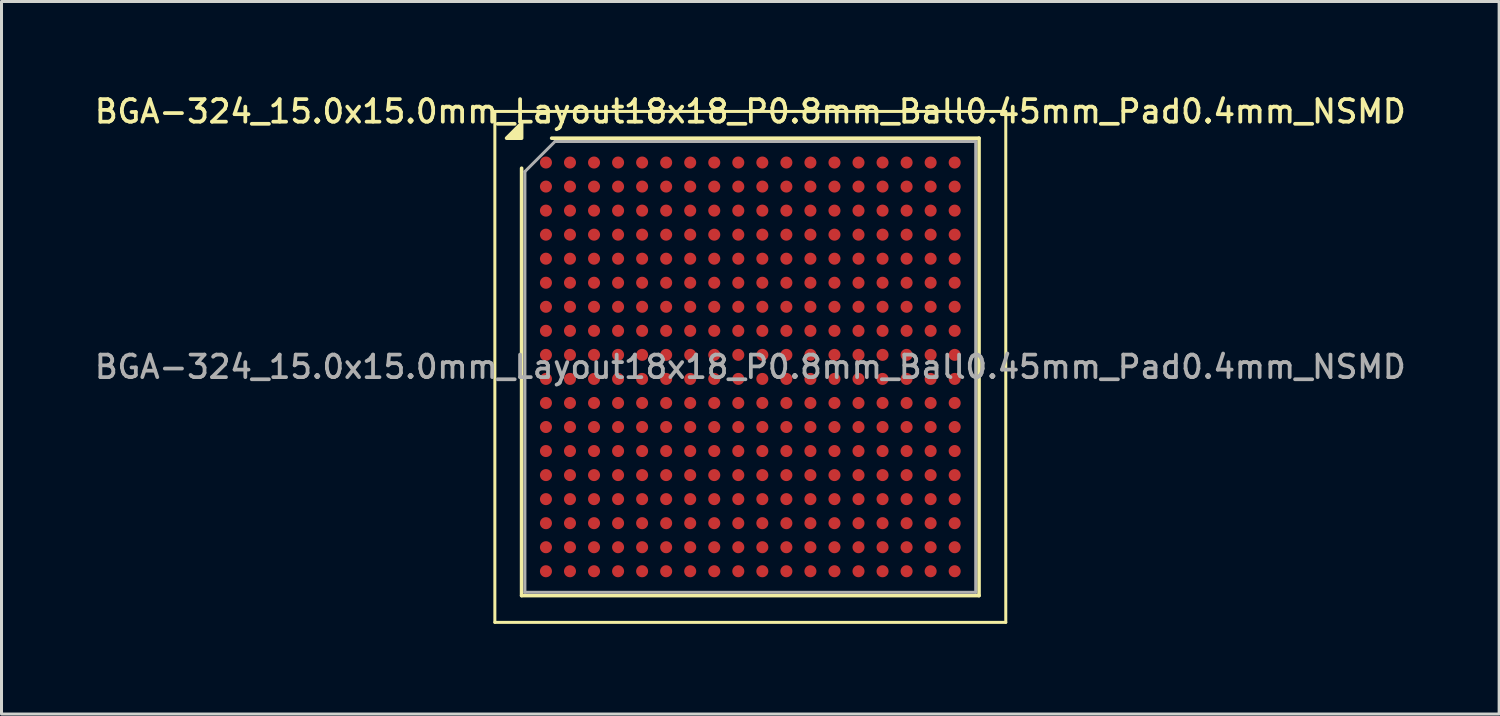
<source format=kicad_pcb>
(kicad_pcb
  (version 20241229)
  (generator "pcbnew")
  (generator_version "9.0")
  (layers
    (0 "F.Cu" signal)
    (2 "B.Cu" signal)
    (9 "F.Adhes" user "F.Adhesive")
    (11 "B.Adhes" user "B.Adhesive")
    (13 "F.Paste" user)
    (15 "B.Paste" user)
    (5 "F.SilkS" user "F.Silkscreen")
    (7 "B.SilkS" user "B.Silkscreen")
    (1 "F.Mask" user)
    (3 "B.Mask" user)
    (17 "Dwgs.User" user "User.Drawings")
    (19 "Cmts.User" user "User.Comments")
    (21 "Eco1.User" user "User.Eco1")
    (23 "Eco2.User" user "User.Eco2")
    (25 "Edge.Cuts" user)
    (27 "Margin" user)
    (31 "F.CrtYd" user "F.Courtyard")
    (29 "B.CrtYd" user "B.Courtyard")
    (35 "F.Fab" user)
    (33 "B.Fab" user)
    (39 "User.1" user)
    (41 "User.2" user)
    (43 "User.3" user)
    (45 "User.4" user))
  (footprint "BGA-324_15.0x15.0mm_Layout18x18_P0.8mm_Ball0.45mm_Pad0.4mm_NSMD"
    (layer "F.Cu")
    (at 21.916 9.158)
    (property "Reference" "BGA-324_15.0x15.0mm_Layout18x18_P0.8mm_Ball0.45mm_Pad0.4mm_NSMD" (at 0 -8.5 0) (layer "F.SilkS") (effects (font (size 0.75 0.75) (thickness 0.125))))
    (attr smd)
    (fp_line (start -8.5 -8.5) (end -8.5 8.5) (stroke (width 0.1) (type solid)) (layer "F.SilkS"))
    (fp_line (start -8.5 8.5) (end 8.5 8.5) (stroke (width 0.1) (type solid)) (layer "F.SilkS"))
    (fp_line (start -7.61 7.61) (end -7.61 -6.61) (stroke (width 0.12) (type solid)) (layer "F.SilkS"))
    (fp_line (start -6.61 -7.61) (end 7.61 -7.61) (stroke (width 0.12) (type solid)) (layer "F.SilkS"))
    (fp_line (start 7.61 -7.61) (end 7.61 7.61) (stroke (width 0.12) (type solid)) (layer "F.SilkS"))
    (fp_line (start 7.61 7.61) (end -7.61 7.61) (stroke (width 0.12) (type solid)) (layer "F.SilkS"))
    (fp_line (start 8.5 -8.5) (end -8.5 -8.5) (stroke (width 0.1) (type solid)) (layer "F.SilkS"))
    (fp_line (start 8.5 8.5) (end 8.5 -8.5) (stroke (width 0.1) (type solid)) (layer "F.SilkS"))
    (fp_poly (pts (xy -7.61 -7.61) (xy -8.11 -7.61) (xy -7.61 -8.11) (xy -7.61 -7.61)) (stroke (width 0.12) (type solid)) (fill yes) (layer "F.SilkS"))
    (fp_line (start -7.5 -6.5) (end -6.5 -7.5) (stroke (width 0.1) (type solid)) (layer "F.Fab"))
    (fp_line (start -7.5 7.5) (end -7.5 -6.5) (stroke (width 0.1) (type solid)) (layer "F.Fab"))
    (fp_line (start -6.5 -7.5) (end 7.5 -7.5) (stroke (width 0.1) (type solid)) (layer "F.Fab"))
    (fp_line (start 7.5 -7.5) (end 7.5 7.5) (stroke (width 0.1) (type solid)) (layer "F.Fab"))
    (fp_line (start 7.5 7.5) (end -7.5 7.5) (stroke (width 0.1) (type solid)) (layer "F.Fab"))
    (fp_text user "${REFERENCE}" (at 0 0 0) (layer "F.Fab") (effects (font (size 0.75 0.75) (thickness 0.125))))
    (pad "A1" smd circle (at -6.8 -6.8) (size 0.4 0.4) (property pad_prop_bga) (layers "F.Cu" "F.Mask" "F.Paste"))
    (pad "A2" smd circle (at -6 -6.8) (size 0.4 0.4) (property pad_prop_bga) (layers "F.Cu" "F.Mask" "F.Paste"))
    (pad "A3" smd circle (at -5.2 -6.8) (size 0.4 0.4) (property pad_prop_bga) (layers "F.Cu" "F.Mask" "F.Paste"))
    (pad "A4" smd circle (at -4.4 -6.8) (size 0.4 0.4) (property pad_prop_bga) (layers "F.Cu" "F.Mask" "F.Paste"))
    (pad "A5" smd circle (at -3.6 -6.8) (size 0.4 0.4) (property pad_prop_bga) (layers "F.Cu" "F.Mask" "F.Paste"))
    (pad "A6" smd circle (at -2.8 -6.8) (size 0.4 0.4) (property pad_prop_bga) (layers "F.Cu" "F.Mask" "F.Paste"))
    (pad "A7" smd circle (at -2 -6.8) (size 0.4 0.4) (property pad_prop_bga) (layers "F.Cu" "F.Mask" "F.Paste"))
    (pad "A8" smd circle (at -1.2 -6.8) (size 0.4 0.4) (property pad_prop_bga) (layers "F.Cu" "F.Mask" "F.Paste"))
    (pad "A9" smd circle (at -0.4 -6.8) (size 0.4 0.4) (property pad_prop_bga) (layers "F.Cu" "F.Mask" "F.Paste"))
    (pad "A10" smd circle (at 0.4 -6.8) (size 0.4 0.4) (property pad_prop_bga) (layers "F.Cu" "F.Mask" "F.Paste"))
    (pad "A11" smd circle (at 1.2 -6.8) (size 0.4 0.4) (property pad_prop_bga) (layers "F.Cu" "F.Mask" "F.Paste"))
    (pad "A12" smd circle (at 2 -6.8) (size 0.4 0.4) (property pad_prop_bga) (layers "F.Cu" "F.Mask" "F.Paste"))
    (pad "A13" smd circle (at 2.8 -6.8) (size 0.4 0.4) (property pad_prop_bga) (layers "F.Cu" "F.Mask" "F.Paste"))
    (pad "A14" smd circle (at 3.6 -6.8) (size 0.4 0.4) (property pad_prop_bga) (layers "F.Cu" "F.Mask" "F.Paste"))
    (pad "A15" smd circle (at 4.4 -6.8) (size 0.4 0.4) (property pad_prop_bga) (layers "F.Cu" "F.Mask" "F.Paste"))
    (pad "A16" smd circle (at 5.2 -6.8) (size 0.4 0.4) (property pad_prop_bga) (layers "F.Cu" "F.Mask" "F.Paste"))
    (pad "A17" smd circle (at 6 -6.8) (size 0.4 0.4) (property pad_prop_bga) (layers "F.Cu" "F.Mask" "F.Paste"))
    (pad "A18" smd circle (at 6.8 -6.8) (size 0.4 0.4) (property pad_prop_bga) (layers "F.Cu" "F.Mask" "F.Paste"))
    (pad "B1" smd circle (at -6.8 -6) (size 0.4 0.4) (property pad_prop_bga) (layers "F.Cu" "F.Mask" "F.Paste"))
    (pad "B2" smd circle (at -6 -6) (size 0.4 0.4) (property pad_prop_bga) (layers "F.Cu" "F.Mask" "F.Paste"))
    (pad "B3" smd circle (at -5.2 -6) (size 0.4 0.4) (property pad_prop_bga) (layers "F.Cu" "F.Mask" "F.Paste"))
    (pad "B4" smd circle (at -4.4 -6) (size 0.4 0.4) (property pad_prop_bga) (layers "F.Cu" "F.Mask" "F.Paste"))
    (pad "B5" smd circle (at -3.6 -6) (size 0.4 0.4) (property pad_prop_bga) (layers "F.Cu" "F.Mask" "F.Paste"))
    (pad "B6" smd circle (at -2.8 -6) (size 0.4 0.4) (property pad_prop_bga) (layers "F.Cu" "F.Mask" "F.Paste"))
    (pad "B7" smd circle (at -2 -6) (size 0.4 0.4) (property pad_prop_bga) (layers "F.Cu" "F.Mask" "F.Paste"))
    (pad "B8" smd circle (at -1.2 -6) (size 0.4 0.4) (property pad_prop_bga) (layers "F.Cu" "F.Mask" "F.Paste"))
    (pad "B9" smd circle (at -0.4 -6) (size 0.4 0.4) (property pad_prop_bga) (layers "F.Cu" "F.Mask" "F.Paste"))
    (pad "B10" smd circle (at 0.4 -6) (size 0.4 0.4) (property pad_prop_bga) (layers "F.Cu" "F.Mask" "F.Paste"))
    (pad "B11" smd circle (at 1.2 -6) (size 0.4 0.4) (property pad_prop_bga) (layers "F.Cu" "F.Mask" "F.Paste"))
    (pad "B12" smd circle (at 2 -6) (size 0.4 0.4) (property pad_prop_bga) (layers "F.Cu" "F.Mask" "F.Paste"))
    (pad "B13" smd circle (at 2.8 -6) (size 0.4 0.4) (property pad_prop_bga) (layers "F.Cu" "F.Mask" "F.Paste"))
    (pad "B14" smd circle (at 3.6 -6) (size 0.4 0.4) (property pad_prop_bga) (layers "F.Cu" "F.Mask" "F.Paste"))
    (pad "B15" smd circle (at 4.4 -6) (size 0.4 0.4) (property pad_prop_bga) (layers "F.Cu" "F.Mask" "F.Paste"))
    (pad "B16" smd circle (at 5.2 -6) (size 0.4 0.4) (property pad_prop_bga) (layers "F.Cu" "F.Mask" "F.Paste"))
    (pad "B17" smd circle (at 6 -6) (size 0.4 0.4) (property pad_prop_bga) (layers "F.Cu" "F.Mask" "F.Paste"))
    (pad "B18" smd circle (at 6.8 -6) (size 0.4 0.4) (property pad_prop_bga) (layers "F.Cu" "F.Mask" "F.Paste"))
    (pad "C1" smd circle (at -6.8 -5.2) (size 0.4 0.4) (property pad_prop_bga) (layers "F.Cu" "F.Mask" "F.Paste"))
    (pad "C2" smd circle (at -6 -5.2) (size 0.4 0.4) (property pad_prop_bga) (layers "F.Cu" "F.Mask" "F.Paste"))
    (pad "C3" smd circle (at -5.2 -5.2) (size 0.4 0.4) (property pad_prop_bga) (layers "F.Cu" "F.Mask" "F.Paste"))
    (pad "C4" smd circle (at -4.4 -5.2) (size 0.4 0.4) (property pad_prop_bga) (layers "F.Cu" "F.Mask" "F.Paste"))
    (pad "C5" smd circle (at -3.6 -5.2) (size 0.4 0.4) (property pad_prop_bga) (layers "F.Cu" "F.Mask" "F.Paste"))
    (pad "C6" smd circle (at -2.8 -5.2) (size 0.4 0.4) (property pad_prop_bga) (layers "F.Cu" "F.Mask" "F.Paste"))
    (pad "C7" smd circle (at -2 -5.2) (size 0.4 0.4) (property pad_prop_bga) (layers "F.Cu" "F.Mask" "F.Paste"))
    (pad "C8" smd circle (at -1.2 -5.2) (size 0.4 0.4) (property pad_prop_bga) (layers "F.Cu" "F.Mask" "F.Paste"))
    (pad "C9" smd circle (at -0.4 -5.2) (size 0.4 0.4) (property pad_prop_bga) (layers "F.Cu" "F.Mask" "F.Paste"))
    (pad "C10" smd circle (at 0.4 -5.2) (size 0.4 0.4) (property pad_prop_bga) (layers "F.Cu" "F.Mask" "F.Paste"))
    (pad "C11" smd circle (at 1.2 -5.2) (size 0.4 0.4) (property pad_prop_bga) (layers "F.Cu" "F.Mask" "F.Paste"))
    (pad "C12" smd circle (at 2 -5.2) (size 0.4 0.4) (property pad_prop_bga) (layers "F.Cu" "F.Mask" "F.Paste"))
    (pad "C13" smd circle (at 2.8 -5.2) (size 0.4 0.4) (property pad_prop_bga) (layers "F.Cu" "F.Mask" "F.Paste"))
    (pad "C14" smd circle (at 3.6 -5.2) (size 0.4 0.4) (property pad_prop_bga) (layers "F.Cu" "F.Mask" "F.Paste"))
    (pad "C15" smd circle (at 4.4 -5.2) (size 0.4 0.4) (property pad_prop_bga) (layers "F.Cu" "F.Mask" "F.Paste"))
    (pad "C16" smd circle (at 5.2 -5.2) (size 0.4 0.4) (property pad_prop_bga) (layers "F.Cu" "F.Mask" "F.Paste"))
    (pad "C17" smd circle (at 6 -5.2) (size 0.4 0.4) (property pad_prop_bga) (layers "F.Cu" "F.Mask" "F.Paste"))
    (pad "C18" smd circle (at 6.8 -5.2) (size 0.4 0.4) (property pad_prop_bga) (layers "F.Cu" "F.Mask" "F.Paste"))
    (pad "D1" smd circle (at -6.8 -4.4) (size 0.4 0.4) (property pad_prop_bga) (layers "F.Cu" "F.Mask" "F.Paste"))
    (pad "D2" smd circle (at -6 -4.4) (size 0.4 0.4) (property pad_prop_bga) (layers "F.Cu" "F.Mask" "F.Paste"))
    (pad "D3" smd circle (at -5.2 -4.4) (size 0.4 0.4) (property pad_prop_bga) (layers "F.Cu" "F.Mask" "F.Paste"))
    (pad "D4" smd circle (at -4.4 -4.4) (size 0.4 0.4) (property pad_prop_bga) (layers "F.Cu" "F.Mask" "F.Paste"))
    (pad "D5" smd circle (at -3.6 -4.4) (size 0.4 0.4) (property pad_prop_bga) (layers "F.Cu" "F.Mask" "F.Paste"))
    (pad "D6" smd circle (at -2.8 -4.4) (size 0.4 0.4) (property pad_prop_bga) (layers "F.Cu" "F.Mask" "F.Paste"))
    (pad "D7" smd circle (at -2 -4.4) (size 0.4 0.4) (property pad_prop_bga) (layers "F.Cu" "F.Mask" "F.Paste"))
    (pad "D8" smd circle (at -1.2 -4.4) (size 0.4 0.4) (property pad_prop_bga) (layers "F.Cu" "F.Mask" "F.Paste"))
    (pad "D9" smd circle (at -0.4 -4.4) (size 0.4 0.4) (property pad_prop_bga) (layers "F.Cu" "F.Mask" "F.Paste"))
    (pad "D10" smd circle (at 0.4 -4.4) (size 0.4 0.4) (property pad_prop_bga) (layers "F.Cu" "F.Mask" "F.Paste"))
    (pad "D11" smd circle (at 1.2 -4.4) (size 0.4 0.4) (property pad_prop_bga) (layers "F.Cu" "F.Mask" "F.Paste"))
    (pad "D12" smd circle (at 2 -4.4) (size 0.4 0.4) (property pad_prop_bga) (layers "F.Cu" "F.Mask" "F.Paste"))
    (pad "D13" smd circle (at 2.8 -4.4) (size 0.4 0.4) (property pad_prop_bga) (layers "F.Cu" "F.Mask" "F.Paste"))
    (pad "D14" smd circle (at 3.6 -4.4) (size 0.4 0.4) (property pad_prop_bga) (layers "F.Cu" "F.Mask" "F.Paste"))
    (pad "D15" smd circle (at 4.4 -4.4) (size 0.4 0.4) (property pad_prop_bga) (layers "F.Cu" "F.Mask" "F.Paste"))
    (pad "D16" smd circle (at 5.2 -4.4) (size 0.4 0.4) (property pad_prop_bga) (layers "F.Cu" "F.Mask" "F.Paste"))
    (pad "D17" smd circle (at 6 -4.4) (size 0.4 0.4) (property pad_prop_bga) (layers "F.Cu" "F.Mask" "F.Paste"))
    (pad "D18" smd circle (at 6.8 -4.4) (size 0.4 0.4) (property pad_prop_bga) (layers "F.Cu" "F.Mask" "F.Paste"))
    (pad "E1" smd circle (at -6.8 -3.6) (size 0.4 0.4) (property pad_prop_bga) (layers "F.Cu" "F.Mask" "F.Paste"))
    (pad "E2" smd circle (at -6 -3.6) (size 0.4 0.4) (property pad_prop_bga) (layers "F.Cu" "F.Mask" "F.Paste"))
    (pad "E3" smd circle (at -5.2 -3.6) (size 0.4 0.4) (property pad_prop_bga) (layers "F.Cu" "F.Mask" "F.Paste"))
    (pad "E4" smd circle (at -4.4 -3.6) (size 0.4 0.4) (property pad_prop_bga) (layers "F.Cu" "F.Mask" "F.Paste"))
    (pad "E5" smd circle (at -3.6 -3.6) (size 0.4 0.4) (property pad_prop_bga) (layers "F.Cu" "F.Mask" "F.Paste"))
    (pad "E6" smd circle (at -2.8 -3.6) (size 0.4 0.4) (property pad_prop_bga) (layers "F.Cu" "F.Mask" "F.Paste"))
    (pad "E7" smd circle (at -2 -3.6) (size 0.4 0.4) (property pad_prop_bga) (layers "F.Cu" "F.Mask" "F.Paste"))
    (pad "E8" smd circle (at -1.2 -3.6) (size 0.4 0.4) (property pad_prop_bga) (layers "F.Cu" "F.Mask" "F.Paste"))
    (pad "E9" smd circle (at -0.4 -3.6) (size 0.4 0.4) (property pad_prop_bga) (layers "F.Cu" "F.Mask" "F.Paste"))
    (pad "E10" smd circle (at 0.4 -3.6) (size 0.4 0.4) (property pad_prop_bga) (layers "F.Cu" "F.Mask" "F.Paste"))
    (pad "E11" smd circle (at 1.2 -3.6) (size 0.4 0.4) (property pad_prop_bga) (layers "F.Cu" "F.Mask" "F.Paste"))
    (pad "E12" smd circle (at 2 -3.6) (size 0.4 0.4) (property pad_prop_bga) (layers "F.Cu" "F.Mask" "F.Paste"))
    (pad "E13" smd circle (at 2.8 -3.6) (size 0.4 0.4) (property pad_prop_bga) (layers "F.Cu" "F.Mask" "F.Paste"))
    (pad "E14" smd circle (at 3.6 -3.6) (size 0.4 0.4) (property pad_prop_bga) (layers "F.Cu" "F.Mask" "F.Paste"))
    (pad "E15" smd circle (at 4.4 -3.6) (size 0.4 0.4) (property pad_prop_bga) (layers "F.Cu" "F.Mask" "F.Paste"))
    (pad "E16" smd circle (at 5.2 -3.6) (size 0.4 0.4) (property pad_prop_bga) (layers "F.Cu" "F.Mask" "F.Paste"))
    (pad "E17" smd circle (at 6 -3.6) (size 0.4 0.4) (property pad_prop_bga) (layers "F.Cu" "F.Mask" "F.Paste"))
    (pad "E18" smd circle (at 6.8 -3.6) (size 0.4 0.4) (property pad_prop_bga) (layers "F.Cu" "F.Mask" "F.Paste"))
    (pad "F1" smd circle (at -6.8 -2.8) (size 0.4 0.4) (property pad_prop_bga) (layers "F.Cu" "F.Mask" "F.Paste"))
    (pad "F2" smd circle (at -6 -2.8) (size 0.4 0.4) (property pad_prop_bga) (layers "F.Cu" "F.Mask" "F.Paste"))
    (pad "F3" smd circle (at -5.2 -2.8) (size 0.4 0.4) (property pad_prop_bga) (layers "F.Cu" "F.Mask" "F.Paste"))
    (pad "F4" smd circle (at -4.4 -2.8) (size 0.4 0.4) (property pad_prop_bga) (layers "F.Cu" "F.Mask" "F.Paste"))
    (pad "F5" smd circle (at -3.6 -2.8) (size 0.4 0.4) (property pad_prop_bga) (layers "F.Cu" "F.Mask" "F.Paste"))
    (pad "F6" smd circle (at -2.8 -2.8) (size 0.4 0.4) (property pad_prop_bga) (layers "F.Cu" "F.Mask" "F.Paste"))
    (pad "F7" smd circle (at -2 -2.8) (size 0.4 0.4) (property pad_prop_bga) (layers "F.Cu" "F.Mask" "F.Paste"))
    (pad "F8" smd circle (at -1.2 -2.8) (size 0.4 0.4) (property pad_prop_bga) (layers "F.Cu" "F.Mask" "F.Paste"))
    (pad "F9" smd circle (at -0.4 -2.8) (size 0.4 0.4) (property pad_prop_bga) (layers "F.Cu" "F.Mask" "F.Paste"))
    (pad "F10" smd circle (at 0.4 -2.8) (size 0.4 0.4) (property pad_prop_bga) (layers "F.Cu" "F.Mask" "F.Paste"))
    (pad "F11" smd circle (at 1.2 -2.8) (size 0.4 0.4) (property pad_prop_bga) (layers "F.Cu" "F.Mask" "F.Paste"))
    (pad "F12" smd circle (at 2 -2.8) (size 0.4 0.4) (property pad_prop_bga) (layers "F.Cu" "F.Mask" "F.Paste"))
    (pad "F13" smd circle (at 2.8 -2.8) (size 0.4 0.4) (property pad_prop_bga) (layers "F.Cu" "F.Mask" "F.Paste"))
    (pad "F14" smd circle (at 3.6 -2.8) (size 0.4 0.4) (property pad_prop_bga) (layers "F.Cu" "F.Mask" "F.Paste"))
    (pad "F15" smd circle (at 4.4 -2.8) (size 0.4 0.4) (property pad_prop_bga) (layers "F.Cu" "F.Mask" "F.Paste"))
    (pad "F16" smd circle (at 5.2 -2.8) (size 0.4 0.4) (property pad_prop_bga) (layers "F.Cu" "F.Mask" "F.Paste"))
    (pad "F17" smd circle (at 6 -2.8) (size 0.4 0.4) (property pad_prop_bga) (layers "F.Cu" "F.Mask" "F.Paste"))
    (pad "F18" smd circle (at 6.8 -2.8) (size 0.4 0.4) (property pad_prop_bga) (layers "F.Cu" "F.Mask" "F.Paste"))
    (pad "G1" smd circle (at -6.8 -2) (size 0.4 0.4) (property pad_prop_bga) (layers "F.Cu" "F.Mask" "F.Paste"))
    (pad "G2" smd circle (at -6 -2) (size 0.4 0.4) (property pad_prop_bga) (layers "F.Cu" "F.Mask" "F.Paste"))
    (pad "G3" smd circle (at -5.2 -2) (size 0.4 0.4) (property pad_prop_bga) (layers "F.Cu" "F.Mask" "F.Paste"))
    (pad "G4" smd circle (at -4.4 -2) (size 0.4 0.4) (property pad_prop_bga) (layers "F.Cu" "F.Mask" "F.Paste"))
    (pad "G5" smd circle (at -3.6 -2) (size 0.4 0.4) (property pad_prop_bga) (layers "F.Cu" "F.Mask" "F.Paste"))
    (pad "G6" smd circle (at -2.8 -2) (size 0.4 0.4) (property pad_prop_bga) (layers "F.Cu" "F.Mask" "F.Paste"))
    (pad "G7" smd circle (at -2 -2) (size 0.4 0.4) (property pad_prop_bga) (layers "F.Cu" "F.Mask" "F.Paste"))
    (pad "G8" smd circle (at -1.2 -2) (size 0.4 0.4) (property pad_prop_bga) (layers "F.Cu" "F.Mask" "F.Paste"))
    (pad "G9" smd circle (at -0.4 -2) (size 0.4 0.4) (property pad_prop_bga) (layers "F.Cu" "F.Mask" "F.Paste"))
    (pad "G10" smd circle (at 0.4 -2) (size 0.4 0.4) (property pad_prop_bga) (layers "F.Cu" "F.Mask" "F.Paste"))
    (pad "G11" smd circle (at 1.2 -2) (size 0.4 0.4) (property pad_prop_bga) (layers "F.Cu" "F.Mask" "F.Paste"))
    (pad "G12" smd circle (at 2 -2) (size 0.4 0.4) (property pad_prop_bga) (layers "F.Cu" "F.Mask" "F.Paste"))
    (pad "G13" smd circle (at 2.8 -2) (size 0.4 0.4) (property pad_prop_bga) (layers "F.Cu" "F.Mask" "F.Paste"))
    (pad "G14" smd circle (at 3.6 -2) (size 0.4 0.4) (property pad_prop_bga) (layers "F.Cu" "F.Mask" "F.Paste"))
    (pad "G15" smd circle (at 4.4 -2) (size 0.4 0.4) (property pad_prop_bga) (layers "F.Cu" "F.Mask" "F.Paste"))
    (pad "G16" smd circle (at 5.2 -2) (size 0.4 0.4) (property pad_prop_bga) (layers "F.Cu" "F.Mask" "F.Paste"))
    (pad "G17" smd circle (at 6 -2) (size 0.4 0.4) (property pad_prop_bga) (layers "F.Cu" "F.Mask" "F.Paste"))
    (pad "G18" smd circle (at 6.8 -2) (size 0.4 0.4) (property pad_prop_bga) (layers "F.Cu" "F.Mask" "F.Paste"))
    (pad "H1" smd circle (at -6.8 -1.2) (size 0.4 0.4) (property pad_prop_bga) (layers "F.Cu" "F.Mask" "F.Paste"))
    (pad "H2" smd circle (at -6 -1.2) (size 0.4 0.4) (property pad_prop_bga) (layers "F.Cu" "F.Mask" "F.Paste"))
    (pad "H3" smd circle (at -5.2 -1.2) (size 0.4 0.4) (property pad_prop_bga) (layers "F.Cu" "F.Mask" "F.Paste"))
    (pad "H4" smd circle (at -4.4 -1.2) (size 0.4 0.4) (property pad_prop_bga) (layers "F.Cu" "F.Mask" "F.Paste"))
    (pad "H5" smd circle (at -3.6 -1.2) (size 0.4 0.4) (property pad_prop_bga) (layers "F.Cu" "F.Mask" "F.Paste"))
    (pad "H6" smd circle (at -2.8 -1.2) (size 0.4 0.4) (property pad_prop_bga) (layers "F.Cu" "F.Mask" "F.Paste"))
    (pad "H7" smd circle (at -2 -1.2) (size 0.4 0.4) (property pad_prop_bga) (layers "F.Cu" "F.Mask" "F.Paste"))
    (pad "H8" smd circle (at -1.2 -1.2) (size 0.4 0.4) (property pad_prop_bga) (layers "F.Cu" "F.Mask" "F.Paste"))
    (pad "H9" smd circle (at -0.4 -1.2) (size 0.4 0.4) (property pad_prop_bga) (layers "F.Cu" "F.Mask" "F.Paste"))
    (pad "H10" smd circle (at 0.4 -1.2) (size 0.4 0.4) (property pad_prop_bga) (layers "F.Cu" "F.Mask" "F.Paste"))
    (pad "H11" smd circle (at 1.2 -1.2) (size 0.4 0.4) (property pad_prop_bga) (layers "F.Cu" "F.Mask" "F.Paste"))
    (pad "H12" smd circle (at 2 -1.2) (size 0.4 0.4) (property pad_prop_bga) (layers "F.Cu" "F.Mask" "F.Paste"))
    (pad "H13" smd circle (at 2.8 -1.2) (size 0.4 0.4) (property pad_prop_bga) (layers "F.Cu" "F.Mask" "F.Paste"))
    (pad "H14" smd circle (at 3.6 -1.2) (size 0.4 0.4) (property pad_prop_bga) (layers "F.Cu" "F.Mask" "F.Paste"))
    (pad "H15" smd circle (at 4.4 -1.2) (size 0.4 0.4) (property pad_prop_bga) (layers "F.Cu" "F.Mask" "F.Paste"))
    (pad "H16" smd circle (at 5.2 -1.2) (size 0.4 0.4) (property pad_prop_bga) (layers "F.Cu" "F.Mask" "F.Paste"))
    (pad "H17" smd circle (at 6 -1.2) (size 0.4 0.4) (property pad_prop_bga) (layers "F.Cu" "F.Mask" "F.Paste"))
    (pad "H18" smd circle (at 6.8 -1.2) (size 0.4 0.4) (property pad_prop_bga) (layers "F.Cu" "F.Mask" "F.Paste"))
    (pad "J1" smd circle (at -6.8 -0.4) (size 0.4 0.4) (property pad_prop_bga) (layers "F.Cu" "F.Mask" "F.Paste"))
    (pad "J2" smd circle (at -6 -0.4) (size 0.4 0.4) (property pad_prop_bga) (layers "F.Cu" "F.Mask" "F.Paste"))
    (pad "J3" smd circle (at -5.2 -0.4) (size 0.4 0.4) (property pad_prop_bga) (layers "F.Cu" "F.Mask" "F.Paste"))
    (pad "J4" smd circle (at -4.4 -0.4) (size 0.4 0.4) (property pad_prop_bga) (layers "F.Cu" "F.Mask" "F.Paste"))
    (pad "J5" smd circle (at -3.6 -0.4) (size 0.4 0.4) (property pad_prop_bga) (layers "F.Cu" "F.Mask" "F.Paste"))
    (pad "J6" smd circle (at -2.8 -0.4) (size 0.4 0.4) (property pad_prop_bga) (layers "F.Cu" "F.Mask" "F.Paste"))
    (pad "J7" smd circle (at -2 -0.4) (size 0.4 0.4) (property pad_prop_bga) (layers "F.Cu" "F.Mask" "F.Paste"))
    (pad "J8" smd circle (at -1.2 -0.4) (size 0.4 0.4) (property pad_prop_bga) (layers "F.Cu" "F.Mask" "F.Paste"))
    (pad "J9" smd circle (at -0.4 -0.4) (size 0.4 0.4) (property pad_prop_bga) (layers "F.Cu" "F.Mask" "F.Paste"))
    (pad "J10" smd circle (at 0.4 -0.4) (size 0.4 0.4) (property pad_prop_bga) (layers "F.Cu" "F.Mask" "F.Paste"))
    (pad "J11" smd circle (at 1.2 -0.4) (size 0.4 0.4) (property pad_prop_bga) (layers "F.Cu" "F.Mask" "F.Paste"))
    (pad "J12" smd circle (at 2 -0.4) (size 0.4 0.4) (property pad_prop_bga) (layers "F.Cu" "F.Mask" "F.Paste"))
    (pad "J13" smd circle (at 2.8 -0.4) (size 0.4 0.4) (property pad_prop_bga) (layers "F.Cu" "F.Mask" "F.Paste"))
    (pad "J14" smd circle (at 3.6 -0.4) (size 0.4 0.4) (property pad_prop_bga) (layers "F.Cu" "F.Mask" "F.Paste"))
    (pad "J15" smd circle (at 4.4 -0.4) (size 0.4 0.4) (property pad_prop_bga) (layers "F.Cu" "F.Mask" "F.Paste"))
    (pad "J16" smd circle (at 5.2 -0.4) (size 0.4 0.4) (property pad_prop_bga) (layers "F.Cu" "F.Mask" "F.Paste"))
    (pad "J17" smd circle (at 6 -0.4) (size 0.4 0.4) (property pad_prop_bga) (layers "F.Cu" "F.Mask" "F.Paste"))
    (pad "J18" smd circle (at 6.8 -0.4) (size 0.4 0.4) (property pad_prop_bga) (layers "F.Cu" "F.Mask" "F.Paste"))
    (pad "K1" smd circle (at -6.8 0.4) (size 0.4 0.4) (property pad_prop_bga) (layers "F.Cu" "F.Mask" "F.Paste"))
    (pad "K2" smd circle (at -6 0.4) (size 0.4 0.4) (property pad_prop_bga) (layers "F.Cu" "F.Mask" "F.Paste"))
    (pad "K3" smd circle (at -5.2 0.4) (size 0.4 0.4) (property pad_prop_bga) (layers "F.Cu" "F.Mask" "F.Paste"))
    (pad "K4" smd circle (at -4.4 0.4) (size 0.4 0.4) (property pad_prop_bga) (layers "F.Cu" "F.Mask" "F.Paste"))
    (pad "K5" smd circle (at -3.6 0.4) (size 0.4 0.4) (property pad_prop_bga) (layers "F.Cu" "F.Mask" "F.Paste"))
    (pad "K6" smd circle (at -2.8 0.4) (size 0.4 0.4) (property pad_prop_bga) (layers "F.Cu" "F.Mask" "F.Paste"))
    (pad "K7" smd circle (at -2 0.4) (size 0.4 0.4) (property pad_prop_bga) (layers "F.Cu" "F.Mask" "F.Paste"))
    (pad "K8" smd circle (at -1.2 0.4) (size 0.4 0.4) (property pad_prop_bga) (layers "F.Cu" "F.Mask" "F.Paste"))
    (pad "K9" smd circle (at -0.4 0.4) (size 0.4 0.4) (property pad_prop_bga) (layers "F.Cu" "F.Mask" "F.Paste"))
    (pad "K10" smd circle (at 0.4 0.4) (size 0.4 0.4) (property pad_prop_bga) (layers "F.Cu" "F.Mask" "F.Paste"))
    (pad "K11" smd circle (at 1.2 0.4) (size 0.4 0.4) (property pad_prop_bga) (layers "F.Cu" "F.Mask" "F.Paste"))
    (pad "K12" smd circle (at 2 0.4) (size 0.4 0.4) (property pad_prop_bga) (layers "F.Cu" "F.Mask" "F.Paste"))
    (pad "K13" smd circle (at 2.8 0.4) (size 0.4 0.4) (property pad_prop_bga) (layers "F.Cu" "F.Mask" "F.Paste"))
    (pad "K14" smd circle (at 3.6 0.4) (size 0.4 0.4) (property pad_prop_bga) (layers "F.Cu" "F.Mask" "F.Paste"))
    (pad "K15" smd circle (at 4.4 0.4) (size 0.4 0.4) (property pad_prop_bga) (layers "F.Cu" "F.Mask" "F.Paste"))
    (pad "K16" smd circle (at 5.2 0.4) (size 0.4 0.4) (property pad_prop_bga) (layers "F.Cu" "F.Mask" "F.Paste"))
    (pad "K17" smd circle (at 6 0.4) (size 0.4 0.4) (property pad_prop_bga) (layers "F.Cu" "F.Mask" "F.Paste"))
    (pad "K18" smd circle (at 6.8 0.4) (size 0.4 0.4) (property pad_prop_bga) (layers "F.Cu" "F.Mask" "F.Paste"))
    (pad "L1" smd circle (at -6.8 1.2) (size 0.4 0.4) (property pad_prop_bga) (layers "F.Cu" "F.Mask" "F.Paste"))
    (pad "L2" smd circle (at -6 1.2) (size 0.4 0.4) (property pad_prop_bga) (layers "F.Cu" "F.Mask" "F.Paste"))
    (pad "L3" smd circle (at -5.2 1.2) (size 0.4 0.4) (property pad_prop_bga) (layers "F.Cu" "F.Mask" "F.Paste"))
    (pad "L4" smd circle (at -4.4 1.2) (size 0.4 0.4) (property pad_prop_bga) (layers "F.Cu" "F.Mask" "F.Paste"))
    (pad "L5" smd circle (at -3.6 1.2) (size 0.4 0.4) (property pad_prop_bga) (layers "F.Cu" "F.Mask" "F.Paste"))
    (pad "L6" smd circle (at -2.8 1.2) (size 0.4 0.4) (property pad_prop_bga) (layers "F.Cu" "F.Mask" "F.Paste"))
    (pad "L7" smd circle (at -2 1.2) (size 0.4 0.4) (property pad_prop_bga) (layers "F.Cu" "F.Mask" "F.Paste"))
    (pad "L8" smd circle (at -1.2 1.2) (size 0.4 0.4) (property pad_prop_bga) (layers "F.Cu" "F.Mask" "F.Paste"))
    (pad "L9" smd circle (at -0.4 1.2) (size 0.4 0.4) (property pad_prop_bga) (layers "F.Cu" "F.Mask" "F.Paste"))
    (pad "L10" smd circle (at 0.4 1.2) (size 0.4 0.4) (property pad_prop_bga) (layers "F.Cu" "F.Mask" "F.Paste"))
    (pad "L11" smd circle (at 1.2 1.2) (size 0.4 0.4) (property pad_prop_bga) (layers "F.Cu" "F.Mask" "F.Paste"))
    (pad "L12" smd circle (at 2 1.2) (size 0.4 0.4) (property pad_prop_bga) (layers "F.Cu" "F.Mask" "F.Paste"))
    (pad "L13" smd circle (at 2.8 1.2) (size 0.4 0.4) (property pad_prop_bga) (layers "F.Cu" "F.Mask" "F.Paste"))
    (pad "L14" smd circle (at 3.6 1.2) (size 0.4 0.4) (property pad_prop_bga) (layers "F.Cu" "F.Mask" "F.Paste"))
    (pad "L15" smd circle (at 4.4 1.2) (size 0.4 0.4) (property pad_prop_bga) (layers "F.Cu" "F.Mask" "F.Paste"))
    (pad "L16" smd circle (at 5.2 1.2) (size 0.4 0.4) (property pad_prop_bga) (layers "F.Cu" "F.Mask" "F.Paste"))
    (pad "L17" smd circle (at 6 1.2) (size 0.4 0.4) (property pad_prop_bga) (layers "F.Cu" "F.Mask" "F.Paste"))
    (pad "L18" smd circle (at 6.8 1.2) (size 0.4 0.4) (property pad_prop_bga) (layers "F.Cu" "F.Mask" "F.Paste"))
    (pad "M1" smd circle (at -6.8 2) (size 0.4 0.4) (property pad_prop_bga) (layers "F.Cu" "F.Mask" "F.Paste"))
    (pad "M2" smd circle (at -6 2) (size 0.4 0.4) (property pad_prop_bga) (layers "F.Cu" "F.Mask" "F.Paste"))
    (pad "M3" smd circle (at -5.2 2) (size 0.4 0.4) (property pad_prop_bga) (layers "F.Cu" "F.Mask" "F.Paste"))
    (pad "M4" smd circle (at -4.4 2) (size 0.4 0.4) (property pad_prop_bga) (layers "F.Cu" "F.Mask" "F.Paste"))
    (pad "M5" smd circle (at -3.6 2) (size 0.4 0.4) (property pad_prop_bga) (layers "F.Cu" "F.Mask" "F.Paste"))
    (pad "M6" smd circle (at -2.8 2) (size 0.4 0.4) (property pad_prop_bga) (layers "F.Cu" "F.Mask" "F.Paste"))
    (pad "M7" smd circle (at -2 2) (size 0.4 0.4) (property pad_prop_bga) (layers "F.Cu" "F.Mask" "F.Paste"))
    (pad "M8" smd circle (at -1.2 2) (size 0.4 0.4) (property pad_prop_bga) (layers "F.Cu" "F.Mask" "F.Paste"))
    (pad "M9" smd circle (at -0.4 2) (size 0.4 0.4) (property pad_prop_bga) (layers "F.Cu" "F.Mask" "F.Paste"))
    (pad "M10" smd circle (at 0.4 2) (size 0.4 0.4) (property pad_prop_bga) (layers "F.Cu" "F.Mask" "F.Paste"))
    (pad "M11" smd circle (at 1.2 2) (size 0.4 0.4) (property pad_prop_bga) (layers "F.Cu" "F.Mask" "F.Paste"))
    (pad "M12" smd circle (at 2 2) (size 0.4 0.4) (property pad_prop_bga) (layers "F.Cu" "F.Mask" "F.Paste"))
    (pad "M13" smd circle (at 2.8 2) (size 0.4 0.4) (property pad_prop_bga) (layers "F.Cu" "F.Mask" "F.Paste"))
    (pad "M14" smd circle (at 3.6 2) (size 0.4 0.4) (property pad_prop_bga) (layers "F.Cu" "F.Mask" "F.Paste"))
    (pad "M15" smd circle (at 4.4 2) (size 0.4 0.4) (property pad_prop_bga) (layers "F.Cu" "F.Mask" "F.Paste"))
    (pad "M16" smd circle (at 5.2 2) (size 0.4 0.4) (property pad_prop_bga) (layers "F.Cu" "F.Mask" "F.Paste"))
    (pad "M17" smd circle (at 6 2) (size 0.4 0.4) (property pad_prop_bga) (layers "F.Cu" "F.Mask" "F.Paste"))
    (pad "M18" smd circle (at 6.8 2) (size 0.4 0.4) (property pad_prop_bga) (layers "F.Cu" "F.Mask" "F.Paste"))
    (pad "N1" smd circle (at -6.8 2.8) (size 0.4 0.4) (property pad_prop_bga) (layers "F.Cu" "F.Mask" "F.Paste"))
    (pad "N2" smd circle (at -6 2.8) (size 0.4 0.4) (property pad_prop_bga) (layers "F.Cu" "F.Mask" "F.Paste"))
    (pad "N3" smd circle (at -5.2 2.8) (size 0.4 0.4) (property pad_prop_bga) (layers "F.Cu" "F.Mask" "F.Paste"))
    (pad "N4" smd circle (at -4.4 2.8) (size 0.4 0.4) (property pad_prop_bga) (layers "F.Cu" "F.Mask" "F.Paste"))
    (pad "N5" smd circle (at -3.6 2.8) (size 0.4 0.4) (property pad_prop_bga) (layers "F.Cu" "F.Mask" "F.Paste"))
    (pad "N6" smd circle (at -2.8 2.8) (size 0.4 0.4) (property pad_prop_bga) (layers "F.Cu" "F.Mask" "F.Paste"))
    (pad "N7" smd circle (at -2 2.8) (size 0.4 0.4) (property pad_prop_bga) (layers "F.Cu" "F.Mask" "F.Paste"))
    (pad "N8" smd circle (at -1.2 2.8) (size 0.4 0.4) (property pad_prop_bga) (layers "F.Cu" "F.Mask" "F.Paste"))
    (pad "N9" smd circle (at -0.4 2.8) (size 0.4 0.4) (property pad_prop_bga) (layers "F.Cu" "F.Mask" "F.Paste"))
    (pad "N10" smd circle (at 0.4 2.8) (size 0.4 0.4) (property pad_prop_bga) (layers "F.Cu" "F.Mask" "F.Paste"))
    (pad "N11" smd circle (at 1.2 2.8) (size 0.4 0.4) (property pad_prop_bga) (layers "F.Cu" "F.Mask" "F.Paste"))
    (pad "N12" smd circle (at 2 2.8) (size 0.4 0.4) (property pad_prop_bga) (layers "F.Cu" "F.Mask" "F.Paste"))
    (pad "N13" smd circle (at 2.8 2.8) (size 0.4 0.4) (property pad_prop_bga) (layers "F.Cu" "F.Mask" "F.Paste"))
    (pad "N14" smd circle (at 3.6 2.8) (size 0.4 0.4) (property pad_prop_bga) (layers "F.Cu" "F.Mask" "F.Paste"))
    (pad "N15" smd circle (at 4.4 2.8) (size 0.4 0.4) (property pad_prop_bga) (layers "F.Cu" "F.Mask" "F.Paste"))
    (pad "N16" smd circle (at 5.2 2.8) (size 0.4 0.4) (property pad_prop_bga) (layers "F.Cu" "F.Mask" "F.Paste"))
    (pad "N17" smd circle (at 6 2.8) (size 0.4 0.4) (property pad_prop_bga) (layers "F.Cu" "F.Mask" "F.Paste"))
    (pad "N18" smd circle (at 6.8 2.8) (size 0.4 0.4) (property pad_prop_bga) (layers "F.Cu" "F.Mask" "F.Paste"))
    (pad "P1" smd circle (at -6.8 3.6) (size 0.4 0.4) (property pad_prop_bga) (layers "F.Cu" "F.Mask" "F.Paste"))
    (pad "P2" smd circle (at -6 3.6) (size 0.4 0.4) (property pad_prop_bga) (layers "F.Cu" "F.Mask" "F.Paste"))
    (pad "P3" smd circle (at -5.2 3.6) (size 0.4 0.4) (property pad_prop_bga) (layers "F.Cu" "F.Mask" "F.Paste"))
    (pad "P4" smd circle (at -4.4 3.6) (size 0.4 0.4) (property pad_prop_bga) (layers "F.Cu" "F.Mask" "F.Paste"))
    (pad "P5" smd circle (at -3.6 3.6) (size 0.4 0.4) (property pad_prop_bga) (layers "F.Cu" "F.Mask" "F.Paste"))
    (pad "P6" smd circle (at -2.8 3.6) (size 0.4 0.4) (property pad_prop_bga) (layers "F.Cu" "F.Mask" "F.Paste"))
    (pad "P7" smd circle (at -2 3.6) (size 0.4 0.4) (property pad_prop_bga) (layers "F.Cu" "F.Mask" "F.Paste"))
    (pad "P8" smd circle (at -1.2 3.6) (size 0.4 0.4) (property pad_prop_bga) (layers "F.Cu" "F.Mask" "F.Paste"))
    (pad "P9" smd circle (at -0.4 3.6) (size 0.4 0.4) (property pad_prop_bga) (layers "F.Cu" "F.Mask" "F.Paste"))
    (pad "P10" smd circle (at 0.4 3.6) (size 0.4 0.4) (property pad_prop_bga) (layers "F.Cu" "F.Mask" "F.Paste"))
    (pad "P11" smd circle (at 1.2 3.6) (size 0.4 0.4) (property pad_prop_bga) (layers "F.Cu" "F.Mask" "F.Paste"))
    (pad "P12" smd circle (at 2 3.6) (size 0.4 0.4) (property pad_prop_bga) (layers "F.Cu" "F.Mask" "F.Paste"))
    (pad "P13" smd circle (at 2.8 3.6) (size 0.4 0.4) (property pad_prop_bga) (layers "F.Cu" "F.Mask" "F.Paste"))
    (pad "P14" smd circle (at 3.6 3.6) (size 0.4 0.4) (property pad_prop_bga) (layers "F.Cu" "F.Mask" "F.Paste"))
    (pad "P15" smd circle (at 4.4 3.6) (size 0.4 0.4) (property pad_prop_bga) (layers "F.Cu" "F.Mask" "F.Paste"))
    (pad "P16" smd circle (at 5.2 3.6) (size 0.4 0.4) (property pad_prop_bga) (layers "F.Cu" "F.Mask" "F.Paste"))
    (pad "P17" smd circle (at 6 3.6) (size 0.4 0.4) (property pad_prop_bga) (layers "F.Cu" "F.Mask" "F.Paste"))
    (pad "P18" smd circle (at 6.8 3.6) (size 0.4 0.4) (property pad_prop_bga) (layers "F.Cu" "F.Mask" "F.Paste"))
    (pad "R1" smd circle (at -6.8 4.4) (size 0.4 0.4) (property pad_prop_bga) (layers "F.Cu" "F.Mask" "F.Paste"))
    (pad "R2" smd circle (at -6 4.4) (size 0.4 0.4) (property pad_prop_bga) (layers "F.Cu" "F.Mask" "F.Paste"))
    (pad "R3" smd circle (at -5.2 4.4) (size 0.4 0.4) (property pad_prop_bga) (layers "F.Cu" "F.Mask" "F.Paste"))
    (pad "R4" smd circle (at -4.4 4.4) (size 0.4 0.4) (property pad_prop_bga) (layers "F.Cu" "F.Mask" "F.Paste"))
    (pad "R5" smd circle (at -3.6 4.4) (size 0.4 0.4) (property pad_prop_bga) (layers "F.Cu" "F.Mask" "F.Paste"))
    (pad "R6" smd circle (at -2.8 4.4) (size 0.4 0.4) (property pad_prop_bga) (layers "F.Cu" "F.Mask" "F.Paste"))
    (pad "R7" smd circle (at -2 4.4) (size 0.4 0.4) (property pad_prop_bga) (layers "F.Cu" "F.Mask" "F.Paste"))
    (pad "R8" smd circle (at -1.2 4.4) (size 0.4 0.4) (property pad_prop_bga) (layers "F.Cu" "F.Mask" "F.Paste"))
    (pad "R9" smd circle (at -0.4 4.4) (size 0.4 0.4) (property pad_prop_bga) (layers "F.Cu" "F.Mask" "F.Paste"))
    (pad "R10" smd circle (at 0.4 4.4) (size 0.4 0.4) (property pad_prop_bga) (layers "F.Cu" "F.Mask" "F.Paste"))
    (pad "R11" smd circle (at 1.2 4.4) (size 0.4 0.4) (property pad_prop_bga) (layers "F.Cu" "F.Mask" "F.Paste"))
    (pad "R12" smd circle (at 2 4.4) (size 0.4 0.4) (property pad_prop_bga) (layers "F.Cu" "F.Mask" "F.Paste"))
    (pad "R13" smd circle (at 2.8 4.4) (size 0.4 0.4) (property pad_prop_bga) (layers "F.Cu" "F.Mask" "F.Paste"))
    (pad "R14" smd circle (at 3.6 4.4) (size 0.4 0.4) (property pad_prop_bga) (layers "F.Cu" "F.Mask" "F.Paste"))
    (pad "R15" smd circle (at 4.4 4.4) (size 0.4 0.4) (property pad_prop_bga) (layers "F.Cu" "F.Mask" "F.Paste"))
    (pad "R16" smd circle (at 5.2 4.4) (size 0.4 0.4) (property pad_prop_bga) (layers "F.Cu" "F.Mask" "F.Paste"))
    (pad "R17" smd circle (at 6 4.4) (size 0.4 0.4) (property pad_prop_bga) (layers "F.Cu" "F.Mask" "F.Paste"))
    (pad "R18" smd circle (at 6.8 4.4) (size 0.4 0.4) (property pad_prop_bga) (layers "F.Cu" "F.Mask" "F.Paste"))
    (pad "T1" smd circle (at -6.8 5.2) (size 0.4 0.4) (property pad_prop_bga) (layers "F.Cu" "F.Mask" "F.Paste"))
    (pad "T2" smd circle (at -6 5.2) (size 0.4 0.4) (property pad_prop_bga) (layers "F.Cu" "F.Mask" "F.Paste"))
    (pad "T3" smd circle (at -5.2 5.2) (size 0.4 0.4) (property pad_prop_bga) (layers "F.Cu" "F.Mask" "F.Paste"))
    (pad "T4" smd circle (at -4.4 5.2) (size 0.4 0.4) (property pad_prop_bga) (layers "F.Cu" "F.Mask" "F.Paste"))
    (pad "T5" smd circle (at -3.6 5.2) (size 0.4 0.4) (property pad_prop_bga) (layers "F.Cu" "F.Mask" "F.Paste"))
    (pad "T6" smd circle (at -2.8 5.2) (size 0.4 0.4) (property pad_prop_bga) (layers "F.Cu" "F.Mask" "F.Paste"))
    (pad "T7" smd circle (at -2 5.2) (size 0.4 0.4) (property pad_prop_bga) (layers "F.Cu" "F.Mask" "F.Paste"))
    (pad "T8" smd circle (at -1.2 5.2) (size 0.4 0.4) (property pad_prop_bga) (layers "F.Cu" "F.Mask" "F.Paste"))
    (pad "T9" smd circle (at -0.4 5.2) (size 0.4 0.4) (property pad_prop_bga) (layers "F.Cu" "F.Mask" "F.Paste"))
    (pad "T10" smd circle (at 0.4 5.2) (size 0.4 0.4) (property pad_prop_bga) (layers "F.Cu" "F.Mask" "F.Paste"))
    (pad "T11" smd circle (at 1.2 5.2) (size 0.4 0.4) (property pad_prop_bga) (layers "F.Cu" "F.Mask" "F.Paste"))
    (pad "T12" smd circle (at 2 5.2) (size 0.4 0.4) (property pad_prop_bga) (layers "F.Cu" "F.Mask" "F.Paste"))
    (pad "T13" smd circle (at 2.8 5.2) (size 0.4 0.4) (property pad_prop_bga) (layers "F.Cu" "F.Mask" "F.Paste"))
    (pad "T14" smd circle (at 3.6 5.2) (size 0.4 0.4) (property pad_prop_bga) (layers "F.Cu" "F.Mask" "F.Paste"))
    (pad "T15" smd circle (at 4.4 5.2) (size 0.4 0.4) (property pad_prop_bga) (layers "F.Cu" "F.Mask" "F.Paste"))
    (pad "T16" smd circle (at 5.2 5.2) (size 0.4 0.4) (property pad_prop_bga) (layers "F.Cu" "F.Mask" "F.Paste"))
    (pad "T17" smd circle (at 6 5.2) (size 0.4 0.4) (property pad_prop_bga) (layers "F.Cu" "F.Mask" "F.Paste"))
    (pad "T18" smd circle (at 6.8 5.2) (size 0.4 0.4) (property pad_prop_bga) (layers "F.Cu" "F.Mask" "F.Paste"))
    (pad "U1" smd circle (at -6.8 6) (size 0.4 0.4) (property pad_prop_bga) (layers "F.Cu" "F.Mask" "F.Paste"))
    (pad "U2" smd circle (at -6 6) (size 0.4 0.4) (property pad_prop_bga) (layers "F.Cu" "F.Mask" "F.Paste"))
    (pad "U3" smd circle (at -5.2 6) (size 0.4 0.4) (property pad_prop_bga) (layers "F.Cu" "F.Mask" "F.Paste"))
    (pad "U4" smd circle (at -4.4 6) (size 0.4 0.4) (property pad_prop_bga) (layers "F.Cu" "F.Mask" "F.Paste"))
    (pad "U5" smd circle (at -3.6 6) (size 0.4 0.4) (property pad_prop_bga) (layers "F.Cu" "F.Mask" "F.Paste"))
    (pad "U6" smd circle (at -2.8 6) (size 0.4 0.4) (property pad_prop_bga) (layers "F.Cu" "F.Mask" "F.Paste"))
    (pad "U7" smd circle (at -2 6) (size 0.4 0.4) (property pad_prop_bga) (layers "F.Cu" "F.Mask" "F.Paste"))
    (pad "U8" smd circle (at -1.2 6) (size 0.4 0.4) (property pad_prop_bga) (layers "F.Cu" "F.Mask" "F.Paste"))
    (pad "U9" smd circle (at -0.4 6) (size 0.4 0.4) (property pad_prop_bga) (layers "F.Cu" "F.Mask" "F.Paste"))
    (pad "U10" smd circle (at 0.4 6) (size 0.4 0.4) (property pad_prop_bga) (layers "F.Cu" "F.Mask" "F.Paste"))
    (pad "U11" smd circle (at 1.2 6) (size 0.4 0.4) (property pad_prop_bga) (layers "F.Cu" "F.Mask" "F.Paste"))
    (pad "U12" smd circle (at 2 6) (size 0.4 0.4) (property pad_prop_bga) (layers "F.Cu" "F.Mask" "F.Paste"))
    (pad "U13" smd circle (at 2.8 6) (size 0.4 0.4) (property pad_prop_bga) (layers "F.Cu" "F.Mask" "F.Paste"))
    (pad "U14" smd circle (at 3.6 6) (size 0.4 0.4) (property pad_prop_bga) (layers "F.Cu" "F.Mask" "F.Paste"))
    (pad "U15" smd circle (at 4.4 6) (size 0.4 0.4) (property pad_prop_bga) (layers "F.Cu" "F.Mask" "F.Paste"))
    (pad "U16" smd circle (at 5.2 6) (size 0.4 0.4) (property pad_prop_bga) (layers "F.Cu" "F.Mask" "F.Paste"))
    (pad "U17" smd circle (at 6 6) (size 0.4 0.4) (property pad_prop_bga) (layers "F.Cu" "F.Mask" "F.Paste"))
    (pad "U18" smd circle (at 6.8 6) (size 0.4 0.4) (property pad_prop_bga) (layers "F.Cu" "F.Mask" "F.Paste"))
    (pad "V1" smd circle (at -6.8 6.8) (size 0.4 0.4) (property pad_prop_bga) (layers "F.Cu" "F.Mask" "F.Paste"))
    (pad "V2" smd circle (at -6 6.8) (size 0.4 0.4) (property pad_prop_bga) (layers "F.Cu" "F.Mask" "F.Paste"))
    (pad "V3" smd circle (at -5.2 6.8) (size 0.4 0.4) (property pad_prop_bga) (layers "F.Cu" "F.Mask" "F.Paste"))
    (pad "V4" smd circle (at -4.4 6.8) (size 0.4 0.4) (property pad_prop_bga) (layers "F.Cu" "F.Mask" "F.Paste"))
    (pad "V5" smd circle (at -3.6 6.8) (size 0.4 0.4) (property pad_prop_bga) (layers "F.Cu" "F.Mask" "F.Paste"))
    (pad "V6" smd circle (at -2.8 6.8) (size 0.4 0.4) (property pad_prop_bga) (layers "F.Cu" "F.Mask" "F.Paste"))
    (pad "V7" smd circle (at -2 6.8) (size 0.4 0.4) (property pad_prop_bga) (layers "F.Cu" "F.Mask" "F.Paste"))
    (pad "V8" smd circle (at -1.2 6.8) (size 0.4 0.4) (property pad_prop_bga) (layers "F.Cu" "F.Mask" "F.Paste"))
    (pad "V9" smd circle (at -0.4 6.8) (size 0.4 0.4) (property pad_prop_bga) (layers "F.Cu" "F.Mask" "F.Paste"))
    (pad "V10" smd circle (at 0.4 6.8) (size 0.4 0.4) (property pad_prop_bga) (layers "F.Cu" "F.Mask" "F.Paste"))
    (pad "V11" smd circle (at 1.2 6.8) (size 0.4 0.4) (property pad_prop_bga) (layers "F.Cu" "F.Mask" "F.Paste"))
    (pad "V12" smd circle (at 2 6.8) (size 0.4 0.4) (property pad_prop_bga) (layers "F.Cu" "F.Mask" "F.Paste"))
    (pad "V13" smd circle (at 2.8 6.8) (size 0.4 0.4) (property pad_prop_bga) (layers "F.Cu" "F.Mask" "F.Paste"))
    (pad "V14" smd circle (at 3.6 6.8) (size 0.4 0.4) (property pad_prop_bga) (layers "F.Cu" "F.Mask" "F.Paste"))
    (pad "V15" smd circle (at 4.4 6.8) (size 0.4 0.4) (property pad_prop_bga) (layers "F.Cu" "F.Mask" "F.Paste"))
    (pad "V16" smd circle (at 5.2 6.8) (size 0.4 0.4) (property pad_prop_bga) (layers "F.Cu" "F.Mask" "F.Paste"))
    (pad "V17" smd circle (at 6 6.8) (size 0.4 0.4) (property pad_prop_bga) (layers "F.Cu" "F.Mask" "F.Paste"))
    (pad "V18" smd circle (at 6.8 6.8) (size 0.4 0.4) (property pad_prop_bga) (layers "F.Cu" "F.Mask" "F.Paste")))
  (gr_rect
    (start -3 -3)
    (end 46.832 20.708)
    (stroke (width 0.1) (type default))
    (fill no)
    (layer "Edge.Cuts")))
</source>
